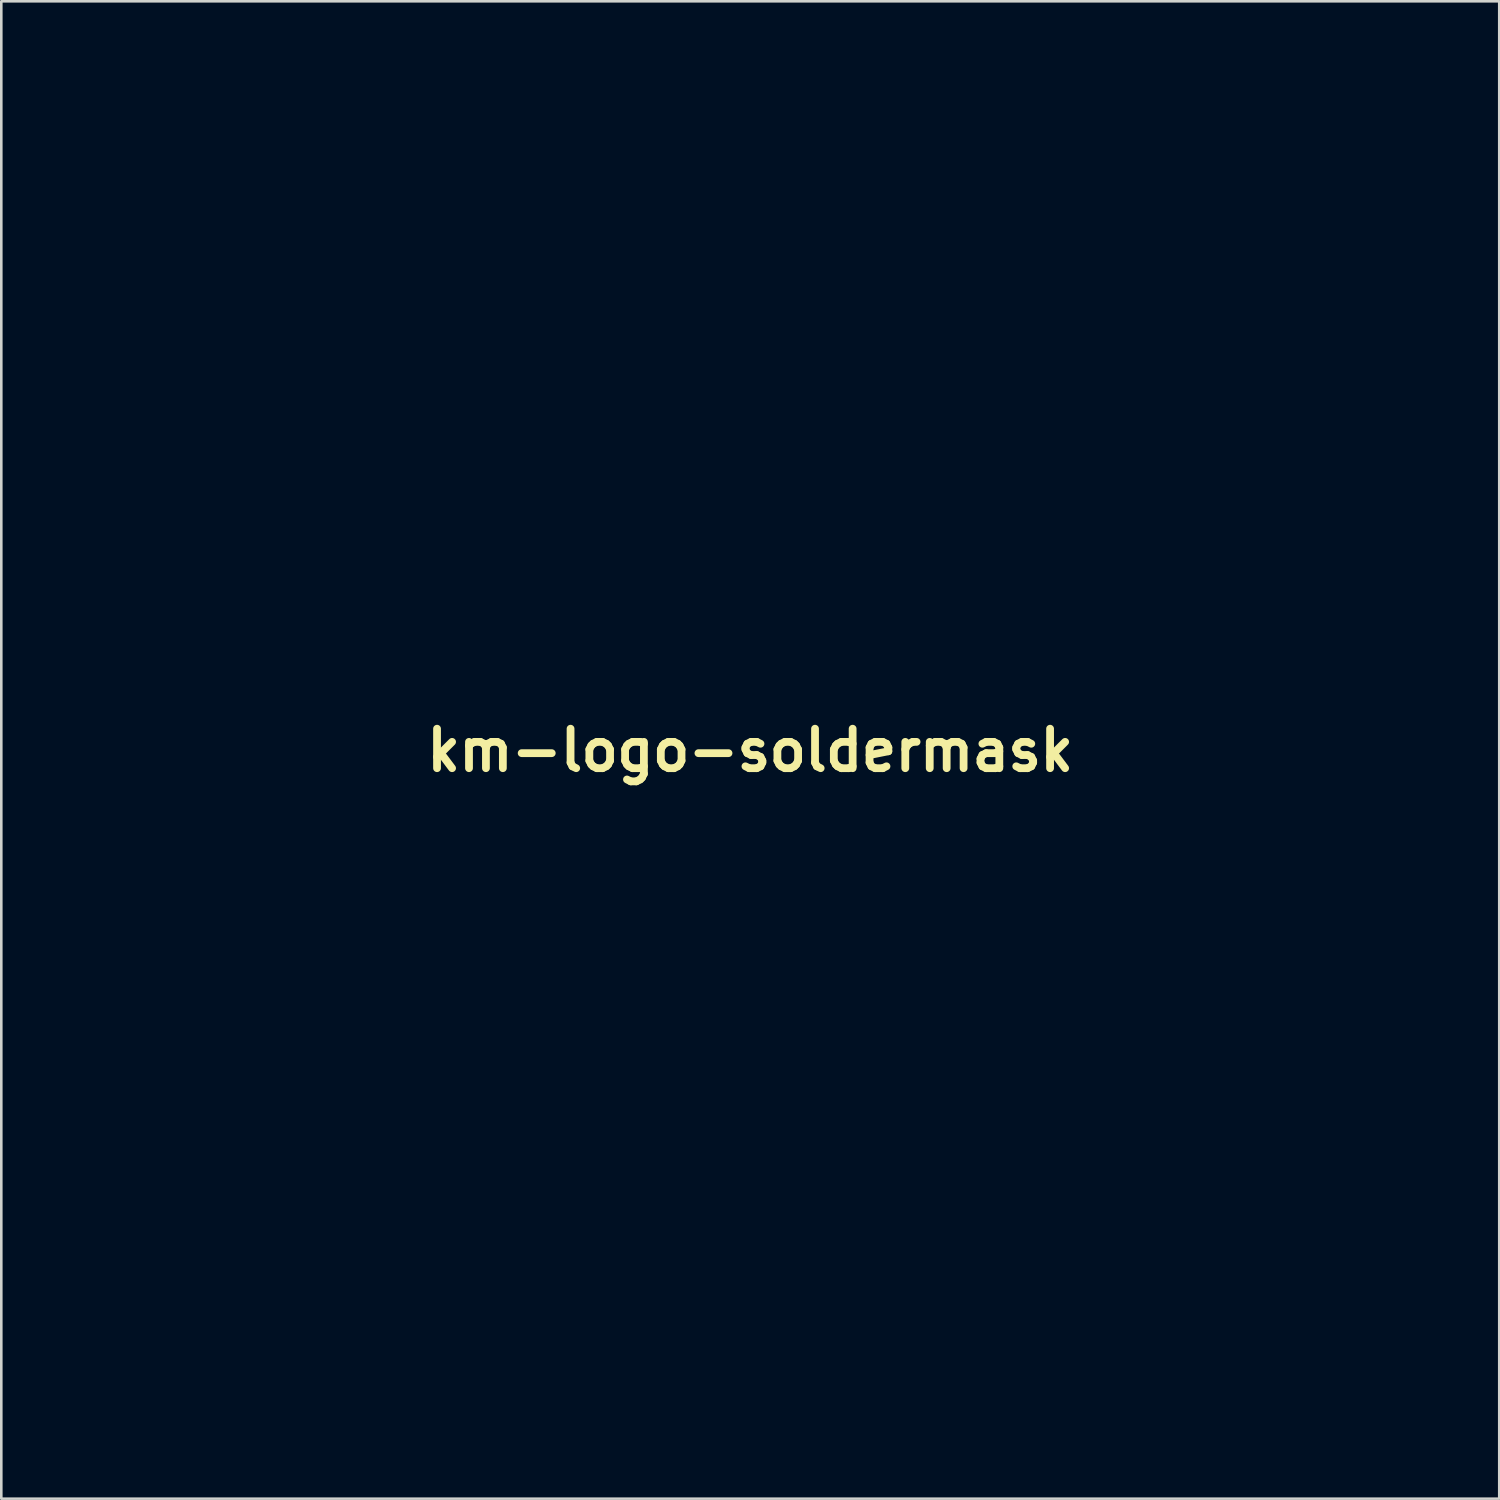
<source format=kicad_pcb>
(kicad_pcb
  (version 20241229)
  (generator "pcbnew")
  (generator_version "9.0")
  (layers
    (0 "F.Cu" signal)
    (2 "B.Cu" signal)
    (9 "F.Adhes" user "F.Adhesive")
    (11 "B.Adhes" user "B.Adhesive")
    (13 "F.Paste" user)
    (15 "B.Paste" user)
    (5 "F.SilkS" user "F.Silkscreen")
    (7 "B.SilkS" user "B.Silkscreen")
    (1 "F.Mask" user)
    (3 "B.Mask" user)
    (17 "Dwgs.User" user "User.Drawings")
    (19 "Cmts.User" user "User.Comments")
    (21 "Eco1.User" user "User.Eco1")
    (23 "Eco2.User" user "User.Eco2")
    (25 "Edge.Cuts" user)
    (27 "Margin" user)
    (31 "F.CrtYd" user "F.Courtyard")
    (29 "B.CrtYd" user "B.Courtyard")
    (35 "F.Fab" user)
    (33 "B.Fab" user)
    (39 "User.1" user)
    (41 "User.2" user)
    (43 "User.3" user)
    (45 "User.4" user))
  (footprint "km-logo-soldermask"
    (layer "F.Cu")
    (at 25.899 25.906)
    (property "Reference" "km-logo-soldermask" (at 0 0 0) (layer "F.SilkS") (effects (font (size 1.524 1.524) (thickness 0.3))))
    (attr through_hole)
    (fp_poly (pts (xy 17.992 -10.353) (xy 18.012 -6.891) (xy 18.032 -3.429) (xy 17.208 -2.963) (xy 16.809 -2.737) (xy 16.404 -2.507) (xy 16.051 -2.306) (xy 15.886 -2.211) (xy 15.387 -1.925) (xy 15.441 -2.465) (xy 15.461 -2.759) (xy 15.479 -3.174) (xy 15.493 -3.664) (xy 15.503 -4.181) (xy 15.507 -4.678) (xy 15.504 -5.106) (xy 15.501 -5.261) (xy 15.439 -5.459) (xy 15.3 -5.552) (xy 15.135 -5.513) (xy 15.095 -5.48) (xy 15.034 -5.352) (xy 14.974 -5.088) (xy 14.915 -4.68) (xy 14.855 -4.122) (xy 14.794 -3.404) (xy 14.771 -3.107) (xy 14.741 -2.78) (xy 14.706 -2.532) (xy 14.672 -2.399) (xy 14.659 -2.387) (xy 14.568 -2.432) (xy 14.352 -2.541) (xy 14.035 -2.7) (xy 13.645 -2.898) (xy 13.276 -3.085) (xy 12.788 -3.33) (xy 12.427 -3.503) (xy 12.172 -3.613) (xy 12 -3.668) (xy 11.89 -3.677) (xy 11.82 -3.648) (xy 11.817 -3.646) (xy 11.718 -3.544) (xy 11.68 -3.44) (xy 11.717 -3.325) (xy 11.841 -3.188) (xy 12.063 -3.02) (xy 12.396 -2.809) (xy 12.853 -2.546) (xy 13.445 -2.22) (xy 13.652 -2.108) (xy 14.018 -1.907) (xy 14.323 -1.733) (xy 14.54 -1.603) (xy 14.64 -1.532) (xy 14.644 -1.526) (xy 14.573 -1.467) (xy 14.382 -1.344) (xy 14.1 -1.176) (xy 13.758 -0.977) (xy 13.385 -0.765) (xy 13.01 -0.557) (xy 12.663 -0.368) (xy 12.373 -0.216) (xy 12.171 -0.118) (xy 12.088 -0.089) (xy 11.994 -0.131) (xy 11.769 -0.25) (xy 11.432 -0.436) (xy 10.997 -0.681) (xy 10.482 -0.974) (xy 9.902 -1.308) (xy 9.275 -1.672) (xy 9.102 -1.773) (xy 6.223 -3.452) (xy 6.201 -6.924) (xy 6.179 -10.396) (xy 7.44 -11.125) (xy 7.858 -11.364) (xy 8.226 -11.569) (xy 8.518 -11.729) (xy 8.71 -11.827) (xy 8.775 -11.853) (xy 8.855 -11.785) (xy 8.977 -11.612) (xy 9.048 -11.493) (xy 9.253 -11.138) (xy 9.477 -10.775) (xy 9.699 -10.436) (xy 9.898 -10.151) (xy 10.052 -9.951) (xy 10.139 -9.868) (xy 10.335 -9.863) (xy 10.47 -9.984) (xy 10.496 -10.106) (xy 10.451 -10.279) (xy 10.327 -10.571) (xy 10.135 -10.957) (xy 9.887 -11.414) (xy 9.627 -11.863) (xy 9.396 -12.253) (xy 10.392 -12.827) (xy 10.794 -13.058) (xy 11.174 -13.278) (xy 11.494 -13.462) (xy 11.711 -13.587) (xy 11.728 -13.597) (xy 12.067 -13.793) (xy 17.992 -10.353)) (stroke (width 0.01) (type solid)) (fill yes) (layer "F.Mask"))
    (fp_poly (pts (xy -6.088 -25.906) (xy -4.111 -25.905) (xy -1.976 -25.905) (xy 0 -25.905) (xy 2.276 -25.905) (xy 4.388 -25.905) (xy 6.344 -25.906) (xy 8.15 -25.906) (xy 9.812 -25.905) (xy 11.336 -25.904) (xy 12.728 -25.903) (xy 13.996 -25.901) (xy 15.144 -25.898) (xy 16.181 -25.893) (xy 17.111 -25.888) (xy 17.942 -25.881) (xy 18.679 -25.872) (xy 19.329 -25.862) (xy 19.898 -25.85) (xy 20.393 -25.835) (xy 20.82 -25.819) (xy 21.184 -25.8) (xy 21.494 -25.779) (xy 21.754 -25.755) (xy 21.972 -25.729) (xy 22.153 -25.699) (xy 22.304 -25.666) (xy 22.431 -25.63) (xy 22.54 -25.591) (xy 22.638 -25.548) (xy 22.732 -25.501) (xy 22.827 -25.451) (xy 22.929 -25.396) (xy 23.029 -25.346) (xy 23.422 -25.128) (xy 23.789 -24.863) (xy 24.18 -24.512) (xy 24.345 -24.35) (xy 24.865 -23.772) (xy 25.254 -23.205) (xy 25.541 -22.599) (xy 25.741 -21.963) (xy 25.758 -21.891) (xy 25.775 -21.816) (xy 25.79 -21.73) (xy 25.804 -21.627) (xy 25.816 -21.501) (xy 25.828 -21.345) (xy 25.839 -21.153) (xy 25.848 -20.919) (xy 25.857 -20.637) (xy 25.865 -20.299) (xy 25.872 -19.9) (xy 25.878 -19.434) (xy 25.884 -18.893) (xy 25.888 -18.272) (xy 25.892 -17.564) (xy 25.896 -16.763) (xy 25.899 -15.862) (xy 25.901 -14.856) (xy 25.903 -13.738) (xy 25.905 -12.501) (xy 25.906 -11.139) (xy 25.907 -9.646) (xy 25.907 -8.015) (xy 25.908 -6.24) (xy 25.908 -4.315) (xy 25.908 -2.234) (xy 25.908 0) (xy 25.908 2.244) (xy 25.908 4.324) (xy 25.908 6.248) (xy 25.907 8.022) (xy 25.907 9.651) (xy 25.906 11.144) (xy 25.905 12.505) (xy 25.903 13.741) (xy 25.901 14.858) (xy 25.899 15.864) (xy 25.896 16.764) (xy 25.893 17.564) (xy 25.889 18.271) (xy 25.884 18.892) (xy 25.878 19.432) (xy 25.872 19.899) (xy 25.865 20.297) (xy 25.858 20.635) (xy 25.849 20.917) (xy 25.839 21.151) (xy 25.828 21.343) (xy 25.817 21.499) (xy 25.804 21.625) (xy 25.79 21.728) (xy 25.775 21.815) (xy 25.758 21.891) (xy 25.741 21.963) (xy 25.738 21.972) (xy 25.431 22.868) (xy 24.992 23.659) (xy 24.419 24.348) (xy 23.712 24.938) (xy 22.867 25.429) (xy 22.271 25.686) (xy 21.802 25.866) (xy 0.212 25.878) (xy -1.693 25.879) (xy -3.555 25.879) (xy -5.368 25.879) (xy -7.124 25.878) (xy -8.815 25.877) (xy -10.436 25.875) (xy -11.978 25.873) (xy -13.434 25.871) (xy -14.796 25.868) (xy -16.059 25.864) (xy -17.214 25.86) (xy -18.254 25.856) (xy -19.172 25.852) (xy -19.961 25.847) (xy -20.613 25.842) (xy -21.122 25.837) (xy -21.479 25.831) (xy -21.678 25.825) (xy -21.717 25.822) (xy -22.576 25.564) (xy -23.376 25.158) (xy -24.101 24.619) (xy -24.732 23.964) (xy -25.252 23.208) (xy -25.642 22.368) (xy -25.677 22.267) (xy -25.866 21.717) (xy -25.888 0.274) (xy -25.89 -2.016) (xy -25.893 -4.142) (xy -25.895 -6.113) (xy -25.896 -6.682) (xy -22.606 -6.682) (xy -22.606 -4.897) (xy -22.605 -3.274) (xy -22.604 -1.807) (xy -22.602 -0.489) (xy -22.599 0.687) (xy -22.595 1.727) (xy -22.591 2.638) (xy -22.586 3.427) (xy -22.58 4.101) (xy -22.573 4.666) (xy -22.565 5.129) (xy -22.556 5.497) (xy -22.546 5.776) (xy -22.534 5.974) (xy -22.521 6.097) (xy -22.507 6.151) (xy -22.5 6.155) (xy -22.411 6.106) (xy -22.187 5.98) (xy -21.841 5.783) (xy -21.386 5.522) (xy -20.833 5.205) (xy -20.195 4.838) (xy -19.485 4.43) (xy -18.715 3.986) (xy -17.897 3.513) (xy -17.484 3.275) (xy -12.573 0.438) (xy -12.516 -0.462) (xy -12.344 -1.888) (xy -12.013 -3.265) (xy -11.53 -4.583) (xy -10.902 -5.832) (xy -10.134 -7.002) (xy -9.235 -8.082) (xy -8.209 -9.063) (xy -7.063 -9.933) (xy -6.23 -10.45) (xy -5.344 -10.892) (xy -4.35 -11.281) (xy -3.304 -11.597) (xy -2.265 -11.82) (xy -2.032 -11.856) (xy -1.501 -11.91) (xy -0.861 -11.937) (xy -0.168 -11.94) (xy 0.523 -11.919) (xy 1.155 -11.875) (xy 1.651 -11.812) (xy 2.259 -11.684) (xy 2.943 -11.502) (xy 3.642 -11.285) (xy 4.295 -11.051) (xy 4.843 -10.82) (xy 4.853 -10.815) (xy 5.43 -10.541) (xy 3.117 -9.211) (xy 2.437 -8.816) (xy 1.866 -8.476) (xy 1.413 -8.196) (xy 1.085 -7.982) (xy 0.891 -7.838) (xy 0.837 -7.772) (xy 0.951 -7.35) (xy 0.993 -7.059) (xy 0.967 -6.873) (xy 0.934 -6.819) (xy 0.762 -6.702) (xy 0.559 -6.739) (xy 0.317 -6.933) (xy 0.223 -7.037) (xy -0.074 -7.384) (xy -1.752 -6.431) (xy -2.236 -6.155) (xy -2.671 -5.906) (xy -3.035 -5.695) (xy -3.307 -5.536) (xy -3.465 -5.441) (xy -3.494 -5.421) (xy -3.459 -5.345) (xy -3.348 -5.135) (xy -3.168 -4.806) (xy -2.927 -4.372) (xy -2.632 -3.846) (xy -2.292 -3.242) (xy -1.915 -2.574) (xy -1.508 -1.856) (xy -1.079 -1.101) (xy -0.636 -0.323) (xy -0.187 0.465) (xy 0.26 1.247) (xy 0.698 2.012) (xy 1.118 2.744) (xy 1.513 3.43) (xy 1.875 4.057) (xy 2.197 4.611) (xy 2.469 5.077) (xy 2.685 5.443) (xy 2.836 5.694) (xy 2.915 5.817) (xy 2.919 5.822) (xy 2.992 5.787) (xy 3.187 5.681) (xy 3.478 5.517) (xy 3.841 5.311) (xy 4.25 5.077) (xy 4.682 4.828) (xy 5.11 4.58) (xy 5.511 4.346) (xy 5.86 4.141) (xy 6.131 3.979) (xy 6.3 3.875) (xy 6.344 3.844) (xy 6.339 3.75) (xy 6.287 3.55) (xy 6.236 3.4) (xy 6.144 3.058) (xy 6.163 2.828) (xy 6.296 2.69) (xy 6.367 2.662) (xy 6.507 2.665) (xy 6.686 2.77) (xy 6.904 2.967) (xy 7.27 3.326) (xy 9.371 2.114) (xy 9.922 1.796) (xy 10.433 1.499) (xy 10.884 1.237) (xy 11.254 1.021) (xy 11.522 0.864) (xy 11.667 0.777) (xy 11.677 0.771) (xy 11.881 0.64) (xy 11.821 1.356) (xy 11.689 2.392) (xy 11.463 3.39) (xy 11.129 4.394) (xy 10.676 5.449) (xy 10.582 5.645) (xy 9.897 6.86) (xy 9.078 7.981) (xy 8.136 9) (xy 7.083 9.906) (xy 5.931 10.691) (xy 4.692 11.346) (xy 3.377 11.861) (xy 2.113 12.202) (xy 1.521 12.299) (xy 0.822 12.366) (xy 0.061 12.402) (xy -0.713 12.407) (xy -1.452 12.38) (xy -2.111 12.321) (xy -2.54 12.252) (xy -3.649 11.973) (xy -4.726 11.609) (xy -5.707 11.183) (xy -5.791 11.141) (xy -6.645 10.708) (xy -14.583 15.279) (xy -15.843 16.005) (xy -16.965 16.651) (xy -17.955 17.224) (xy -18.822 17.726) (xy -19.573 18.163) (xy -20.217 18.539) (xy -20.761 18.86) (xy -21.213 19.13) (xy -21.581 19.354) (xy -21.873 19.536) (xy -22.097 19.682) (xy -22.26 19.796) (xy -22.371 19.882) (xy -22.437 19.946) (xy -22.467 19.991) (xy -22.469 20.021) (xy -22.172 20.711) (xy -21.736 21.33) (xy -21.18 21.856) (xy -20.527 22.266) (xy -20.115 22.44) (xy -20.063 22.457) (xy -19.999 22.473) (xy -19.917 22.487) (xy -19.81 22.5) (xy -19.672 22.512) (xy -19.496 22.523) (xy -19.277 22.533) (xy -19.006 22.542) (xy -18.678 22.55) (xy -18.286 22.558) (xy -17.824 22.564) (xy -17.285 22.57) (xy -16.663 22.575) (xy -15.95 22.579) (xy -15.141 22.583) (xy -14.229 22.586) (xy -13.207 22.589) (xy -12.069 22.591) (xy -10.808 22.593) (xy -9.418 22.595) (xy -7.892 22.596) (xy -6.224 22.597) (xy -4.407 22.598) (xy -2.434 22.599) (xy -0.3 22.6) (xy -0.025 22.6) (xy 19.635 22.606) (xy 20.18 22.408) (xy 20.899 22.062) (xy 21.508 21.587) (xy 22 20.994) (xy 22.366 20.291) (xy 22.408 20.18) (xy 22.606 19.635) (xy 22.606 0.009) (xy 22.606 -2.142) (xy 22.606 -4.13) (xy 22.606 -5.962) (xy 22.605 -7.644) (xy 22.604 -9.184) (xy 22.603 -10.586) (xy 22.602 -11.859) (xy 22.6 -13.009) (xy 22.598 -14.042) (xy 22.595 -14.965) (xy 22.592 -15.784) (xy 22.588 -16.506) (xy 22.583 -17.137) (xy 22.578 -17.685) (xy 22.572 -18.155) (xy 22.565 -18.555) (xy 22.557 -18.89) (xy 22.548 -19.168) (xy 22.538 -19.395) (xy 22.527 -19.577) (xy 22.515 -19.722) (xy 22.502 -19.835) (xy 22.488 -19.923) (xy 22.473 -19.993) (xy 22.456 -20.052) (xy 22.445 -20.083) (xy 22.192 -20.667) (xy 21.847 -21.177) (xy 21.45 -21.598) (xy 21.015 -21.971) (xy 20.598 -22.234) (xy 20.136 -22.425) (xy 19.987 -22.471) (xy 19.925 -22.486) (xy 19.84 -22.5) (xy 19.725 -22.512) (xy 19.575 -22.524) (xy 19.382 -22.535) (xy 19.14 -22.544) (xy 18.843 -22.553) (xy 18.483 -22.561) (xy 18.056 -22.568) (xy 17.554 -22.575) (xy 16.97 -22.58) (xy 16.298 -22.585) (xy 15.533 -22.589) (xy 14.666 -22.593) (xy 13.693 -22.596) (xy 12.605 -22.599) (xy 11.398 -22.601) (xy 10.063 -22.603) (xy 8.596 -22.604) (xy 6.989 -22.605) (xy 5.236 -22.605) (xy 3.33 -22.606) (xy 1.266 -22.606) (xy -0.018 -22.606) (xy -2.163 -22.606) (xy -4.144 -22.606) (xy -5.97 -22.606) (xy -7.646 -22.605) (xy -9.18 -22.605) (xy -10.577 -22.604) (xy -11.844 -22.603) (xy -12.988 -22.601) (xy -14.016 -22.599) (xy -14.934 -22.596) (xy -15.748 -22.593) (xy -16.466 -22.589) (xy -17.094 -22.585) (xy -17.638 -22.58) (xy -18.106 -22.573) (xy -18.503 -22.567) (xy -18.837 -22.559) (xy -19.113 -22.55) (xy -19.339 -22.54) (xy -19.522 -22.529) (xy -19.667 -22.517) (xy -19.781 -22.504) (xy -19.872 -22.489) (xy -19.945 -22.473) (xy -20.007 -22.456) (xy -20.065 -22.437) (xy -20.083 -22.431) (xy -20.794 -22.105) (xy -21.414 -21.644) (xy -21.926 -21.068) (xy -22.311 -20.394) (xy -22.43 -20.086) (xy -22.453 -20.015) (xy -22.475 -19.941) (xy -22.494 -19.857) (xy -22.511 -19.754) (xy -22.527 -19.624) (xy -22.54 -19.459) (xy -22.552 -19.251) (xy -22.563 -18.991) (xy -22.572 -18.671) (xy -22.579 -18.283) (xy -22.586 -17.819) (xy -22.591 -17.27) (xy -22.595 -16.629) (xy -22.599 -15.886) (xy -22.601 -15.034) (xy -22.603 -14.064) (xy -22.605 -12.968) (xy -22.605 -11.738) (xy -22.606 -10.366) (xy -22.606 -8.844) (xy -22.606 -7.162) (xy -22.606 -6.682) (xy -25.896 -6.682) (xy -25.897 -7.932) (xy -25.898 -9.608) (xy -25.899 -11.145) (xy -25.899 -12.551) (xy -25.898 -13.832) (xy -25.896 -14.993) (xy -25.893 -16.042) (xy -25.889 -16.985) (xy -25.883 -17.827) (xy -25.875 -18.575) (xy -25.865 -19.236) (xy -25.854 -19.815) (xy -25.84 -20.319) (xy -25.825 -20.755) (xy -25.807 -21.128) (xy -25.786 -21.445) (xy -25.763 -21.712) (xy -25.736 -21.935) (xy -25.707 -22.121) (xy -25.675 -22.276) (xy -25.639 -22.407) (xy -25.601 -22.519) (xy -25.558 -22.618) (xy -25.512 -22.712) (xy -25.462 -22.806) (xy -25.408 -22.907) (xy -25.35 -23.021) (xy -25.346 -23.029) (xy -24.985 -23.621) (xy -24.504 -24.204) (xy -23.945 -24.734) (xy -23.352 -25.166) (xy -23.029 -25.346) (xy -22.915 -25.404) (xy -22.813 -25.458) (xy -22.719 -25.508) (xy -22.625 -25.554) (xy -22.526 -25.596) (xy -22.414 -25.635) (xy -22.285 -25.671) (xy -22.13 -25.703) (xy -21.944 -25.732) (xy -21.721 -25.759) (xy -21.455 -25.782) (xy -21.138 -25.803) (xy -20.765 -25.821) (xy -20.33 -25.837) (xy -19.825 -25.851) (xy -19.245 -25.863) (xy -18.584 -25.873) (xy -17.834 -25.882) (xy -16.991 -25.888) (xy -16.046 -25.894) (xy -14.995 -25.898) (xy -13.831 -25.901) (xy -12.546 -25.903) (xy -11.136 -25.905) (xy -9.594 -25.905) (xy -7.913 -25.906) (xy -6.088 -25.906)) (stroke (width 0) (type solid)) (fill yes) (layer "F.Mask")))
  (gr_rect
    (start -3 -3)
    (end 54.807 54.785)
    (stroke (width 0.1) (type default))
    (fill no)
    (layer "Edge.Cuts")))
</source>
